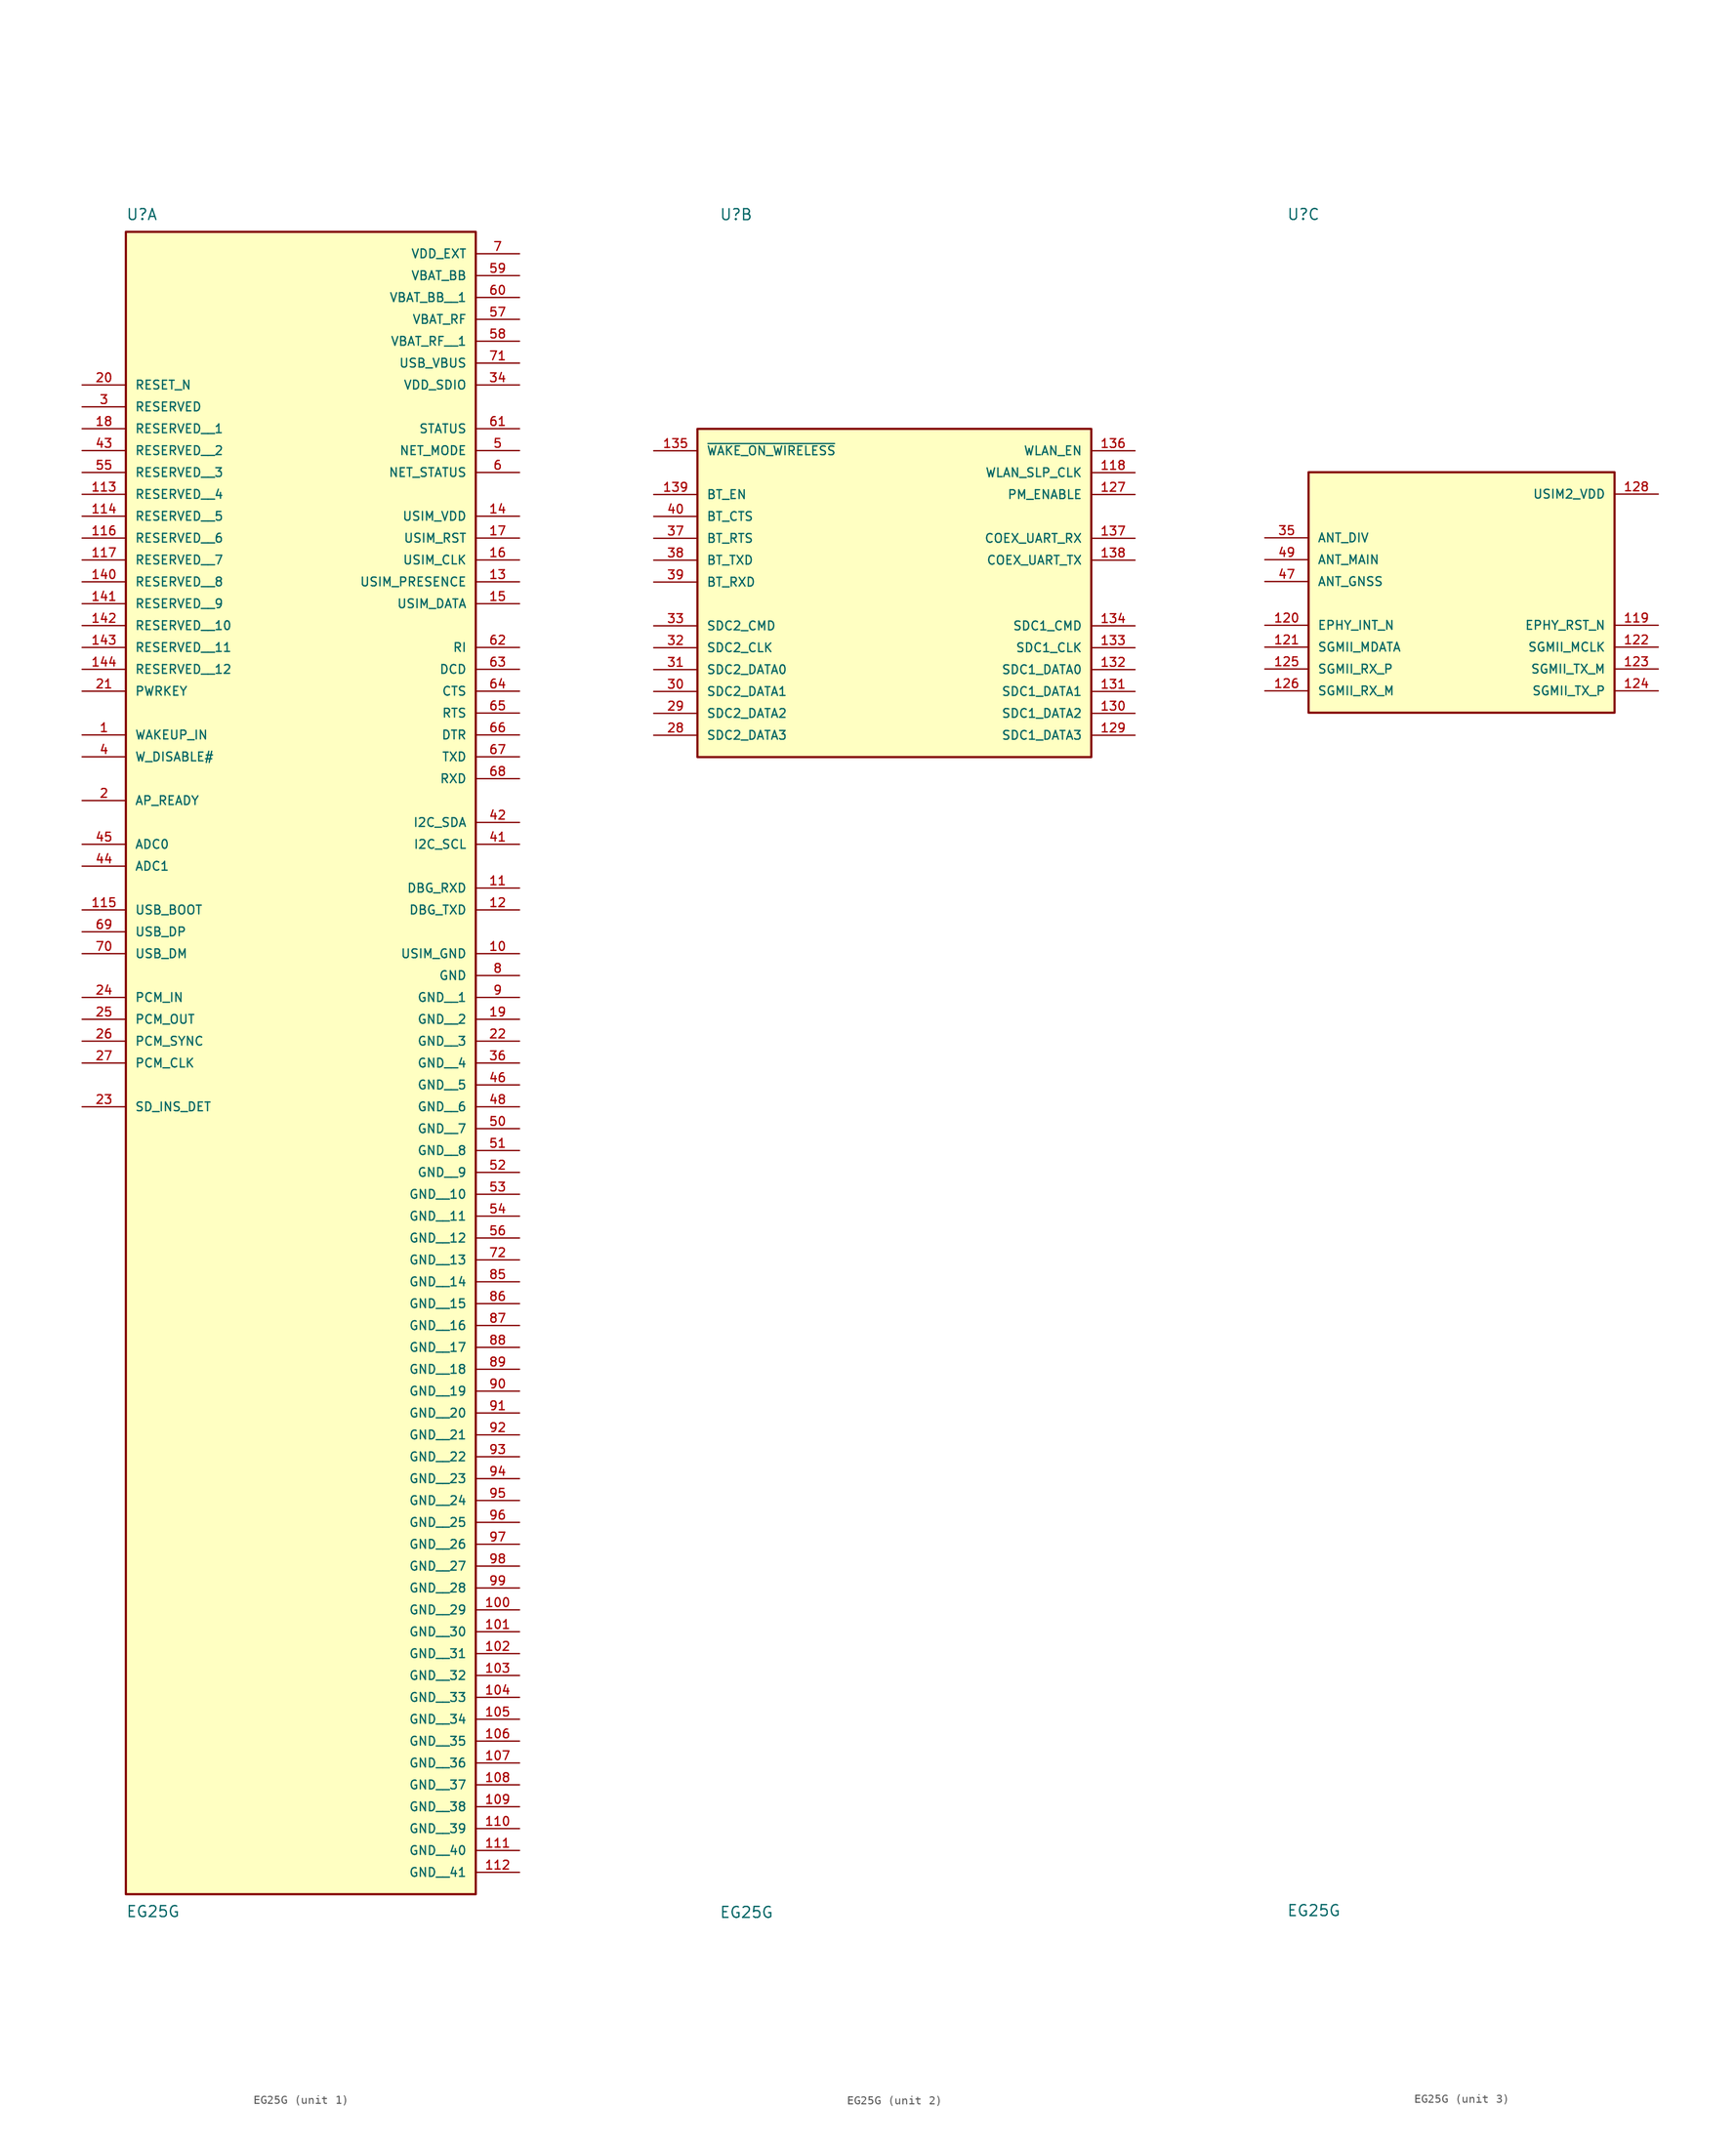
<source format=kicad_sym>
(kicad_symbol_lib
  (version 20231120)
  (generator "kicad_symbol_editor")
  (generator_version "8.0")
  (symbol "EG25G"
    (pin_names
      (offset 1.016))
    (property "Reference" "U"
      (at -20.32 41.91 0)
      (effects (font (size 1.27 1.27)) (justify left bottom)))
    (property "Value" "EG25G"
      (at -20.32 -153.67 0)
      (effects (font (size 1.27 1.27)) (justify left top)))
    (symbol "EG25G_1_0"
      (rectangle (start -20.32 -152.4) (end 20.32 40.64) (stroke (width 0.254) (type default)) (fill (type background)))
      (pin input line (at -25.4 -17.78 0) (length 5.08) (name "WAKEUP_IN" (effects (font (size 1.016 1.016)))) (number "1" (effects (font (size 1.016 1.016)))))
      (pin power_in line (at 25.4 -43.18 180) (length 5.08) (name "USIM_GND" (effects (font (size 1.016 1.016)))) (number "10" (effects (font (size 1.016 1.016)))))
      (pin power_in line (at 25.4 -119.38 180) (length 5.08) (name "GND__29" (effects (font (size 1.016 1.016)))) (number "100" (effects (font (size 1.016 1.016)))))
      (pin power_in line (at 25.4 -121.92 180) (length 5.08) (name "GND__30" (effects (font (size 1.016 1.016)))) (number "101" (effects (font (size 1.016 1.016)))))
      (pin power_in line (at 25.4 -124.46 180) (length 5.08) (name "GND__31" (effects (font (size 1.016 1.016)))) (number "102" (effects (font (size 1.016 1.016)))))
      (pin power_in line (at 25.4 -127 180) (length 5.08) (name "GND__32" (effects (font (size 1.016 1.016)))) (number "103" (effects (font (size 1.016 1.016)))))
      (pin power_in line (at 25.4 -129.54 180) (length 5.08) (name "GND__33" (effects (font (size 1.016 1.016)))) (number "104" (effects (font (size 1.016 1.016)))))
      (pin power_in line (at 25.4 -132.08 180) (length 5.08) (name "GND__34" (effects (font (size 1.016 1.016)))) (number "105" (effects (font (size 1.016 1.016)))))
      (pin power_in line (at 25.4 -134.62 180) (length 5.08) (name "GND__35" (effects (font (size 1.016 1.016)))) (number "106" (effects (font (size 1.016 1.016)))))
      (pin power_in line (at 25.4 -137.16 180) (length 5.08) (name "GND__36" (effects (font (size 1.016 1.016)))) (number "107" (effects (font (size 1.016 1.016)))))
      (pin power_in line (at 25.4 -139.7 180) (length 5.08) (name "GND__37" (effects (font (size 1.016 1.016)))) (number "108" (effects (font (size 1.016 1.016)))))
      (pin power_in line (at 25.4 -142.24 180) (length 5.08) (name "GND__38" (effects (font (size 1.016 1.016)))) (number "109" (effects (font (size 1.016 1.016)))))
      (pin input line (at 25.4 -35.56 180) (length 5.08) (name "DBG_RXD" (effects (font (size 1.016 1.016)))) (number "11" (effects (font (size 1.016 1.016)))))
      (pin power_in line (at 25.4 -144.78 180) (length 5.08) (name "GND__39" (effects (font (size 1.016 1.016)))) (number "110" (effects (font (size 1.016 1.016)))))
      (pin power_in line (at 25.4 -147.32 180) (length 5.08) (name "GND__40" (effects (font (size 1.016 1.016)))) (number "111" (effects (font (size 1.016 1.016)))))
      (pin power_in line (at 25.4 -149.86 180) (length 5.08) (name "GND__41" (effects (font (size 1.016 1.016)))) (number "112" (effects (font (size 1.016 1.016)))))
      (pin bidirectional line (at -25.4 10.16 0) (length 5.08) (name "RESERVED__4" (effects (font (size 1.016 1.016)))) (number "113" (effects (font (size 1.016 1.016)))))
      (pin bidirectional line (at -25.4 7.62 0) (length 5.08) (name "RESERVED__5" (effects (font (size 1.016 1.016)))) (number "114" (effects (font (size 1.016 1.016)))))
      (pin input line (at -25.4 -38.1 0) (length 5.08) (name "USB_BOOT" (effects (font (size 1.016 1.016)))) (number "115" (effects (font (size 1.016 1.016)))))
      (pin bidirectional line (at -25.4 5.08 0) (length 5.08) (name "RESERVED__6" (effects (font (size 1.016 1.016)))) (number "116" (effects (font (size 1.016 1.016)))))
      (pin bidirectional line (at -25.4 2.54 0) (length 5.08) (name "RESERVED__7" (effects (font (size 1.016 1.016)))) (number "117" (effects (font (size 1.016 1.016)))))
      (pin output line (at 25.4 -38.1 180) (length 5.08) (name "DBG_TXD" (effects (font (size 1.016 1.016)))) (number "12" (effects (font (size 1.016 1.016)))))
      (pin input line (at 25.4 0 180) (length 5.08) (name "USIM_PRESENCE" (effects (font (size 1.016 1.016)))) (number "13" (effects (font (size 1.016 1.016)))))
      (pin output line (at 25.4 7.62 180) (length 5.08) (name "USIM_VDD" (effects (font (size 1.016 1.016)))) (number "14" (effects (font (size 1.016 1.016)))))
      (pin bidirectional line (at -25.4 0 0) (length 5.08) (name "RESERVED__8" (effects (font (size 1.016 1.016)))) (number "140" (effects (font (size 1.016 1.016)))))
      (pin bidirectional line (at -25.4 -2.54 0) (length 5.08) (name "RESERVED__9" (effects (font (size 1.016 1.016)))) (number "141" (effects (font (size 1.016 1.016)))))
      (pin bidirectional line (at -25.4 -5.08 0) (length 5.08) (name "RESERVED__10" (effects (font (size 1.016 1.016)))) (number "142" (effects (font (size 1.016 1.016)))))
      (pin bidirectional line (at -25.4 -7.62 0) (length 5.08) (name "RESERVED__11" (effects (font (size 1.016 1.016)))) (number "143" (effects (font (size 1.016 1.016)))))
      (pin bidirectional line (at -25.4 -10.16 0) (length 5.08) (name "RESERVED__12" (effects (font (size 1.016 1.016)))) (number "144" (effects (font (size 1.016 1.016)))))
      (pin bidirectional line (at 25.4 -2.54 180) (length 5.08) (name "USIM_DATA" (effects (font (size 1.016 1.016)))) (number "15" (effects (font (size 1.016 1.016)))))
      (pin output line (at 25.4 2.54 180) (length 5.08) (name "USIM_CLK" (effects (font (size 1.016 1.016)))) (number "16" (effects (font (size 1.016 1.016)))))
      (pin output line (at 25.4 5.08 180) (length 5.08) (name "USIM_RST" (effects (font (size 1.016 1.016)))) (number "17" (effects (font (size 1.016 1.016)))))
      (pin bidirectional line (at -25.4 17.78 0) (length 5.08) (name "RESERVED__1" (effects (font (size 1.016 1.016)))) (number "18" (effects (font (size 1.016 1.016)))))
      (pin power_in line (at 25.4 -50.8 180) (length 5.08) (name "GND__2" (effects (font (size 1.016 1.016)))) (number "19" (effects (font (size 1.016 1.016)))))
      (pin input line (at -25.4 -25.4 0) (length 5.08) (name "AP_READY" (effects (font (size 1.016 1.016)))) (number "2" (effects (font (size 1.016 1.016)))))
      (pin input line (at -25.4 22.86 0) (length 5.08) (name "RESET_N" (effects (font (size 1.016 1.016)))) (number "20" (effects (font (size 1.016 1.016)))))
      (pin input line (at -25.4 -12.7 0) (length 5.08) (name "PWRKEY" (effects (font (size 1.016 1.016)))) (number "21" (effects (font (size 1.016 1.016)))))
      (pin power_in line (at 25.4 -53.34 180) (length 5.08) (name "GND__3" (effects (font (size 1.016 1.016)))) (number "22" (effects (font (size 1.016 1.016)))))
      (pin input line (at -25.4 -60.96 0) (length 5.08) (name "SD_INS_DET" (effects (font (size 1.016 1.016)))) (number "23" (effects (font (size 1.016 1.016)))))
      (pin input line (at -25.4 -48.26 0) (length 5.08) (name "PCM_IN" (effects (font (size 1.016 1.016)))) (number "24" (effects (font (size 1.016 1.016)))))
      (pin output line (at -25.4 -50.8 0) (length 5.08) (name "PCM_OUT" (effects (font (size 1.016 1.016)))) (number "25" (effects (font (size 1.016 1.016)))))
      (pin bidirectional line (at -25.4 -53.34 0) (length 5.08) (name "PCM_SYNC" (effects (font (size 1.016 1.016)))) (number "26" (effects (font (size 1.016 1.016)))))
      (pin bidirectional line (at -25.4 -55.88 0) (length 5.08) (name "PCM_CLK" (effects (font (size 1.016 1.016)))) (number "27" (effects (font (size 1.016 1.016)))))
      (pin bidirectional line (at -25.4 20.32 0) (length 5.08) (name "RESERVED" (effects (font (size 1.016 1.016)))) (number "3" (effects (font (size 1.016 1.016)))))
      (pin output line (at 25.4 22.86 180) (length 5.08) (name "VDD_SDIO" (effects (font (size 1.016 1.016)))) (number "34" (effects (font (size 1.016 1.016)))))
      (pin power_in line (at 25.4 -55.88 180) (length 5.08) (name "GND__4" (effects (font (size 1.016 1.016)))) (number "36" (effects (font (size 1.016 1.016)))))
      (pin input line (at -25.4 -20.32 0) (length 5.08) (name "W_DISABLE#" (effects (font (size 1.016 1.016)))) (number "4" (effects (font (size 1.016 1.016)))))
      (pin output line (at 25.4 -30.48 180) (length 5.08) (name "I2C_SCL" (effects (font (size 1.016 1.016)))) (number "41" (effects (font (size 1.016 1.016)))))
      (pin output line (at 25.4 -27.94 180) (length 5.08) (name "I2C_SDA" (effects (font (size 1.016 1.016)))) (number "42" (effects (font (size 1.016 1.016)))))
      (pin bidirectional line (at -25.4 15.24 0) (length 5.08) (name "RESERVED__2" (effects (font (size 1.016 1.016)))) (number "43" (effects (font (size 1.016 1.016)))))
      (pin input line (at -25.4 -33.02 0) (length 5.08) (name "ADC1" (effects (font (size 1.016 1.016)))) (number "44" (effects (font (size 1.016 1.016)))))
      (pin input line (at -25.4 -30.48 0) (length 5.08) (name "ADC0" (effects (font (size 1.016 1.016)))) (number "45" (effects (font (size 1.016 1.016)))))
      (pin power_in line (at 25.4 -58.42 180) (length 5.08) (name "GND__5" (effects (font (size 1.016 1.016)))) (number "46" (effects (font (size 1.016 1.016)))))
      (pin power_in line (at 25.4 -60.96 180) (length 5.08) (name "GND__6" (effects (font (size 1.016 1.016)))) (number "48" (effects (font (size 1.016 1.016)))))
      (pin output line (at 25.4 15.24 180) (length 5.08) (name "NET_MODE" (effects (font (size 1.016 1.016)))) (number "5" (effects (font (size 1.016 1.016)))))
      (pin power_in line (at 25.4 -63.5 180) (length 5.08) (name "GND__7" (effects (font (size 1.016 1.016)))) (number "50" (effects (font (size 1.016 1.016)))))
      (pin power_in line (at 25.4 -66.04 180) (length 5.08) (name "GND__8" (effects (font (size 1.016 1.016)))) (number "51" (effects (font (size 1.016 1.016)))))
      (pin power_in line (at 25.4 -68.58 180) (length 5.08) (name "GND__9" (effects (font (size 1.016 1.016)))) (number "52" (effects (font (size 1.016 1.016)))))
      (pin power_in line (at 25.4 -71.12 180) (length 5.08) (name "GND__10" (effects (font (size 1.016 1.016)))) (number "53" (effects (font (size 1.016 1.016)))))
      (pin power_in line (at 25.4 -73.66 180) (length 5.08) (name "GND__11" (effects (font (size 1.016 1.016)))) (number "54" (effects (font (size 1.016 1.016)))))
      (pin bidirectional line (at -25.4 12.7 0) (length 5.08) (name "RESERVED__3" (effects (font (size 1.016 1.016)))) (number "55" (effects (font (size 1.016 1.016)))))
      (pin power_in line (at 25.4 -76.2 180) (length 5.08) (name "GND__12" (effects (font (size 1.016 1.016)))) (number "56" (effects (font (size 1.016 1.016)))))
      (pin power_in line (at 25.4 30.48 180) (length 5.08) (name "VBAT_RF" (effects (font (size 1.016 1.016)))) (number "57" (effects (font (size 1.016 1.016)))))
      (pin power_in line (at 25.4 27.94 180) (length 5.08) (name "VBAT_RF__1" (effects (font (size 1.016 1.016)))) (number "58" (effects (font (size 1.016 1.016)))))
      (pin power_in line (at 25.4 35.56 180) (length 5.08) (name "VBAT_BB" (effects (font (size 1.016 1.016)))) (number "59" (effects (font (size 1.016 1.016)))))
      (pin output line (at 25.4 12.7 180) (length 5.08) (name "NET_STATUS" (effects (font (size 1.016 1.016)))) (number "6" (effects (font (size 1.016 1.016)))))
      (pin power_in line (at 25.4 33.02 180) (length 5.08) (name "VBAT_BB__1" (effects (font (size 1.016 1.016)))) (number "60" (effects (font (size 1.016 1.016)))))
      (pin output line (at 25.4 17.78 180) (length 5.08) (name "STATUS" (effects (font (size 1.016 1.016)))) (number "61" (effects (font (size 1.016 1.016)))))
      (pin output line (at 25.4 -7.62 180) (length 5.08) (name "RI" (effects (font (size 1.016 1.016)))) (number "62" (effects (font (size 1.016 1.016)))))
      (pin output line (at 25.4 -10.16 180) (length 5.08) (name "DCD" (effects (font (size 1.016 1.016)))) (number "63" (effects (font (size 1.016 1.016)))))
      (pin output line (at 25.4 -12.7 180) (length 5.08) (name "CTS" (effects (font (size 1.016 1.016)))) (number "64" (effects (font (size 1.016 1.016)))))
      (pin input line (at 25.4 -15.24 180) (length 5.08) (name "RTS" (effects (font (size 1.016 1.016)))) (number "65" (effects (font (size 1.016 1.016)))))
      (pin input line (at 25.4 -17.78 180) (length 5.08) (name "DTR" (effects (font (size 1.016 1.016)))) (number "66" (effects (font (size 1.016 1.016)))))
      (pin output line (at 25.4 -20.32 180) (length 5.08) (name "TXD" (effects (font (size 1.016 1.016)))) (number "67" (effects (font (size 1.016 1.016)))))
      (pin input line (at 25.4 -22.86 180) (length 5.08) (name "RXD" (effects (font (size 1.016 1.016)))) (number "68" (effects (font (size 1.016 1.016)))))
      (pin bidirectional line (at -25.4 -40.64 0) (length 5.08) (name "USB_DP" (effects (font (size 1.016 1.016)))) (number "69" (effects (font (size 1.016 1.016)))))
      (pin power_in line (at 25.4 38.1 180) (length 5.08) (name "VDD_EXT" (effects (font (size 1.016 1.016)))) (number "7" (effects (font (size 1.016 1.016)))))
      (pin bidirectional line (at -25.4 -43.18 0) (length 5.08) (name "USB_DM" (effects (font (size 1.016 1.016)))) (number "70" (effects (font (size 1.016 1.016)))))
      (pin power_in line (at 25.4 25.4 180) (length 5.08) (name "USB_VBUS" (effects (font (size 1.016 1.016)))) (number "71" (effects (font (size 1.016 1.016)))))
      (pin power_in line (at 25.4 -78.74 180) (length 5.08) (name "GND__13" (effects (font (size 1.016 1.016)))) (number "72" (effects (font (size 1.016 1.016)))))
      (pin power_in line (at 25.4 -45.72 180) (length 5.08) (name "GND" (effects (font (size 1.016 1.016)))) (number "8" (effects (font (size 1.016 1.016)))))
      (pin power_in line (at 25.4 -81.28 180) (length 5.08) (name "GND__14" (effects (font (size 1.016 1.016)))) (number "85" (effects (font (size 1.016 1.016)))))
      (pin power_in line (at 25.4 -83.82 180) (length 5.08) (name "GND__15" (effects (font (size 1.016 1.016)))) (number "86" (effects (font (size 1.016 1.016)))))
      (pin power_in line (at 25.4 -86.36 180) (length 5.08) (name "GND__16" (effects (font (size 1.016 1.016)))) (number "87" (effects (font (size 1.016 1.016)))))
      (pin power_in line (at 25.4 -88.9 180) (length 5.08) (name "GND__17" (effects (font (size 1.016 1.016)))) (number "88" (effects (font (size 1.016 1.016)))))
      (pin power_in line (at 25.4 -91.44 180) (length 5.08) (name "GND__18" (effects (font (size 1.016 1.016)))) (number "89" (effects (font (size 1.016 1.016)))))
      (pin power_in line (at 25.4 -48.26 180) (length 5.08) (name "GND__1" (effects (font (size 1.016 1.016)))) (number "9" (effects (font (size 1.016 1.016)))))
      (pin power_in line (at 25.4 -93.98 180) (length 5.08) (name "GND__19" (effects (font (size 1.016 1.016)))) (number "90" (effects (font (size 1.016 1.016)))))
      (pin power_in line (at 25.4 -96.52 180) (length 5.08) (name "GND__20" (effects (font (size 1.016 1.016)))) (number "91" (effects (font (size 1.016 1.016)))))
      (pin power_in line (at 25.4 -99.06 180) (length 5.08) (name "GND__21" (effects (font (size 1.016 1.016)))) (number "92" (effects (font (size 1.016 1.016)))))
      (pin power_in line (at 25.4 -101.6 180) (length 5.08) (name "GND__22" (effects (font (size 1.016 1.016)))) (number "93" (effects (font (size 1.016 1.016)))))
      (pin power_in line (at 25.4 -104.14 180) (length 5.08) (name "GND__23" (effects (font (size 1.016 1.016)))) (number "94" (effects (font (size 1.016 1.016)))))
      (pin power_in line (at 25.4 -106.68 180) (length 5.08) (name "GND__24" (effects (font (size 1.016 1.016)))) (number "95" (effects (font (size 1.016 1.016)))))
      (pin power_in line (at 25.4 -109.22 180) (length 5.08) (name "GND__25" (effects (font (size 1.016 1.016)))) (number "96" (effects (font (size 1.016 1.016)))))
      (pin power_in line (at 25.4 -111.76 180) (length 5.08) (name "GND__26" (effects (font (size 1.016 1.016)))) (number "97" (effects (font (size 1.016 1.016)))))
      (pin power_in line (at 25.4 -114.3 180) (length 5.08) (name "GND__27" (effects (font (size 1.016 1.016)))) (number "98" (effects (font (size 1.016 1.016)))))
      (pin power_in line (at 25.4 -116.84 180) (length 5.08) (name "GND__28" (effects (font (size 1.016 1.016)))) (number "99" (effects (font (size 1.016 1.016))))))
    (symbol "EG25G_2_0"
      (rectangle (start -22.86 -20.32) (end 22.86 17.78) (stroke (width 0.254) (type default)) (fill (type background)))
      (pin output line (at 27.94 12.7 180) (length 5.08) (name "WLAN_SLP_CLK" (effects (font (size 1.016 1.016)))) (number "118" (effects (font (size 1.016 1.016)))))
      (pin output line (at 27.94 10.16 180) (length 5.08) (name "PM_ENABLE" (effects (font (size 1.016 1.016)))) (number "127" (effects (font (size 1.016 1.016)))))
      (pin bidirectional line (at 27.94 -17.78 180) (length 5.08) (name "SDC1_DATA3" (effects (font (size 1.016 1.016)))) (number "129" (effects (font (size 1.016 1.016)))))
      (pin bidirectional line (at 27.94 -15.24 180) (length 5.08) (name "SDC1_DATA2" (effects (font (size 1.016 1.016)))) (number "130" (effects (font (size 1.016 1.016)))))
      (pin bidirectional line (at 27.94 -12.7 180) (length 5.08) (name "SDC1_DATA1" (effects (font (size 1.016 1.016)))) (number "131" (effects (font (size 1.016 1.016)))))
      (pin bidirectional line (at 27.94 -10.16 180) (length 5.08) (name "SDC1_DATA0" (effects (font (size 1.016 1.016)))) (number "132" (effects (font (size 1.016 1.016)))))
      (pin output line (at 27.94 -7.62 180) (length 5.08) (name "SDC1_CLK" (effects (font (size 1.016 1.016)))) (number "133" (effects (font (size 1.016 1.016)))))
      (pin output line (at 27.94 -5.08 180) (length 5.08) (name "SDC1_CMD" (effects (font (size 1.016 1.016)))) (number "134" (effects (font (size 1.016 1.016)))))
      (pin input line (at -27.94 15.24 0) (length 5.08) (name "~{WAKE_ON_WIRELESS}" (effects (font (size 1.016 1.016)))) (number "135" (effects (font (size 1.016 1.016)))))
      (pin output line (at 27.94 15.24 180) (length 5.08) (name "WLAN_EN" (effects (font (size 1.016 1.016)))) (number "136" (effects (font (size 1.016 1.016)))))
      (pin input line (at 27.94 5.08 180) (length 5.08) (name "COEX_UART_RX" (effects (font (size 1.016 1.016)))) (number "137" (effects (font (size 1.016 1.016)))))
      (pin output line (at 27.94 2.54 180) (length 5.08) (name "COEX_UART_TX" (effects (font (size 1.016 1.016)))) (number "138" (effects (font (size 1.016 1.016)))))
      (pin output line (at -27.94 10.16 0) (length 5.08) (name "BT_EN" (effects (font (size 1.016 1.016)))) (number "139" (effects (font (size 1.016 1.016)))))
      (pin bidirectional line (at -27.94 -17.78 0) (length 5.08) (name "SDC2_DATA3" (effects (font (size 1.016 1.016)))) (number "28" (effects (font (size 1.016 1.016)))))
      (pin bidirectional line (at -27.94 -15.24 0) (length 5.08) (name "SDC2_DATA2" (effects (font (size 1.016 1.016)))) (number "29" (effects (font (size 1.016 1.016)))))
      (pin bidirectional line (at -27.94 -12.7 0) (length 5.08) (name "SDC2_DATA1" (effects (font (size 1.016 1.016)))) (number "30" (effects (font (size 1.016 1.016)))))
      (pin bidirectional line (at -27.94 -10.16 0) (length 5.08) (name "SDC2_DATA0" (effects (font (size 1.016 1.016)))) (number "31" (effects (font (size 1.016 1.016)))))
      (pin output line (at -27.94 -7.62 0) (length 5.08) (name "SDC2_CLK" (effects (font (size 1.016 1.016)))) (number "32" (effects (font (size 1.016 1.016)))))
      (pin bidirectional line (at -27.94 -5.08 0) (length 5.08) (name "SDC2_CMD" (effects (font (size 1.016 1.016)))) (number "33" (effects (font (size 1.016 1.016)))))
      (pin input line (at -27.94 5.08 0) (length 5.08) (name "BT_RTS" (effects (font (size 1.016 1.016)))) (number "37" (effects (font (size 1.016 1.016)))))
      (pin output line (at -27.94 2.54 0) (length 5.08) (name "BT_TXD" (effects (font (size 1.016 1.016)))) (number "38" (effects (font (size 1.016 1.016)))))
      (pin input line (at -27.94 0 0) (length 5.08) (name "BT_RXD" (effects (font (size 1.016 1.016)))) (number "39" (effects (font (size 1.016 1.016)))))
      (pin output line (at -27.94 7.62 0) (length 5.08) (name "BT_CTS" (effects (font (size 1.016 1.016)))) (number "40" (effects (font (size 1.016 1.016))))))
    (symbol "EG25G_3_0"
      (rectangle (start -17.78 -15.24) (end 17.78 12.7) (stroke (width 0.254) (type default)) (fill (type background)))
      (pin output line (at 22.86 -5.08 180) (length 5.08) (name "EPHY_RST_N" (effects (font (size 1.016 1.016)))) (number "119" (effects (font (size 1.016 1.016)))))
      (pin input line (at -22.86 -5.08 0) (length 5.08) (name "EPHY_INT_N" (effects (font (size 1.016 1.016)))) (number "120" (effects (font (size 1.016 1.016)))))
      (pin bidirectional line (at -22.86 -7.62 0) (length 5.08) (name "SGMII_MDATA" (effects (font (size 1.016 1.016)))) (number "121" (effects (font (size 1.016 1.016)))))
      (pin output line (at 22.86 -7.62 180) (length 5.08) (name "SGMII_MCLK" (effects (font (size 1.016 1.016)))) (number "122" (effects (font (size 1.016 1.016)))))
      (pin output line (at 22.86 -10.16 180) (length 5.08) (name "SGMII_TX_M" (effects (font (size 1.016 1.016)))) (number "123" (effects (font (size 1.016 1.016)))))
      (pin output line (at 22.86 -12.7 180) (length 5.08) (name "SGMII_TX_P" (effects (font (size 1.016 1.016)))) (number "124" (effects (font (size 1.016 1.016)))))
      (pin input line (at -22.86 -10.16 0) (length 5.08) (name "SGMII_RX_P" (effects (font (size 1.016 1.016)))) (number "125" (effects (font (size 1.016 1.016)))))
      (pin input line (at -22.86 -12.7 0) (length 5.08) (name "SGMII_RX_M" (effects (font (size 1.016 1.016)))) (number "126" (effects (font (size 1.016 1.016)))))
      (pin output line (at 22.86 10.16 180) (length 5.08) (name "USIM2_VDD" (effects (font (size 1.016 1.016)))) (number "128" (effects (font (size 1.016 1.016)))))
      (pin input line (at -22.86 5.08 0) (length 5.08) (name "ANT_DIV" (effects (font (size 1.016 1.016)))) (number "35" (effects (font (size 1.016 1.016)))))
      (pin input line (at -22.86 0 0) (length 5.08) (name "ANT_GNSS" (effects (font (size 1.016 1.016)))) (number "47" (effects (font (size 1.016 1.016)))))
      (pin output line (at -22.86 2.54 0) (length 5.08) (name "ANT_MAIN" (effects (font (size 1.016 1.016)))) (number "49" (effects (font (size 1.016 1.016))))))))
</source>
